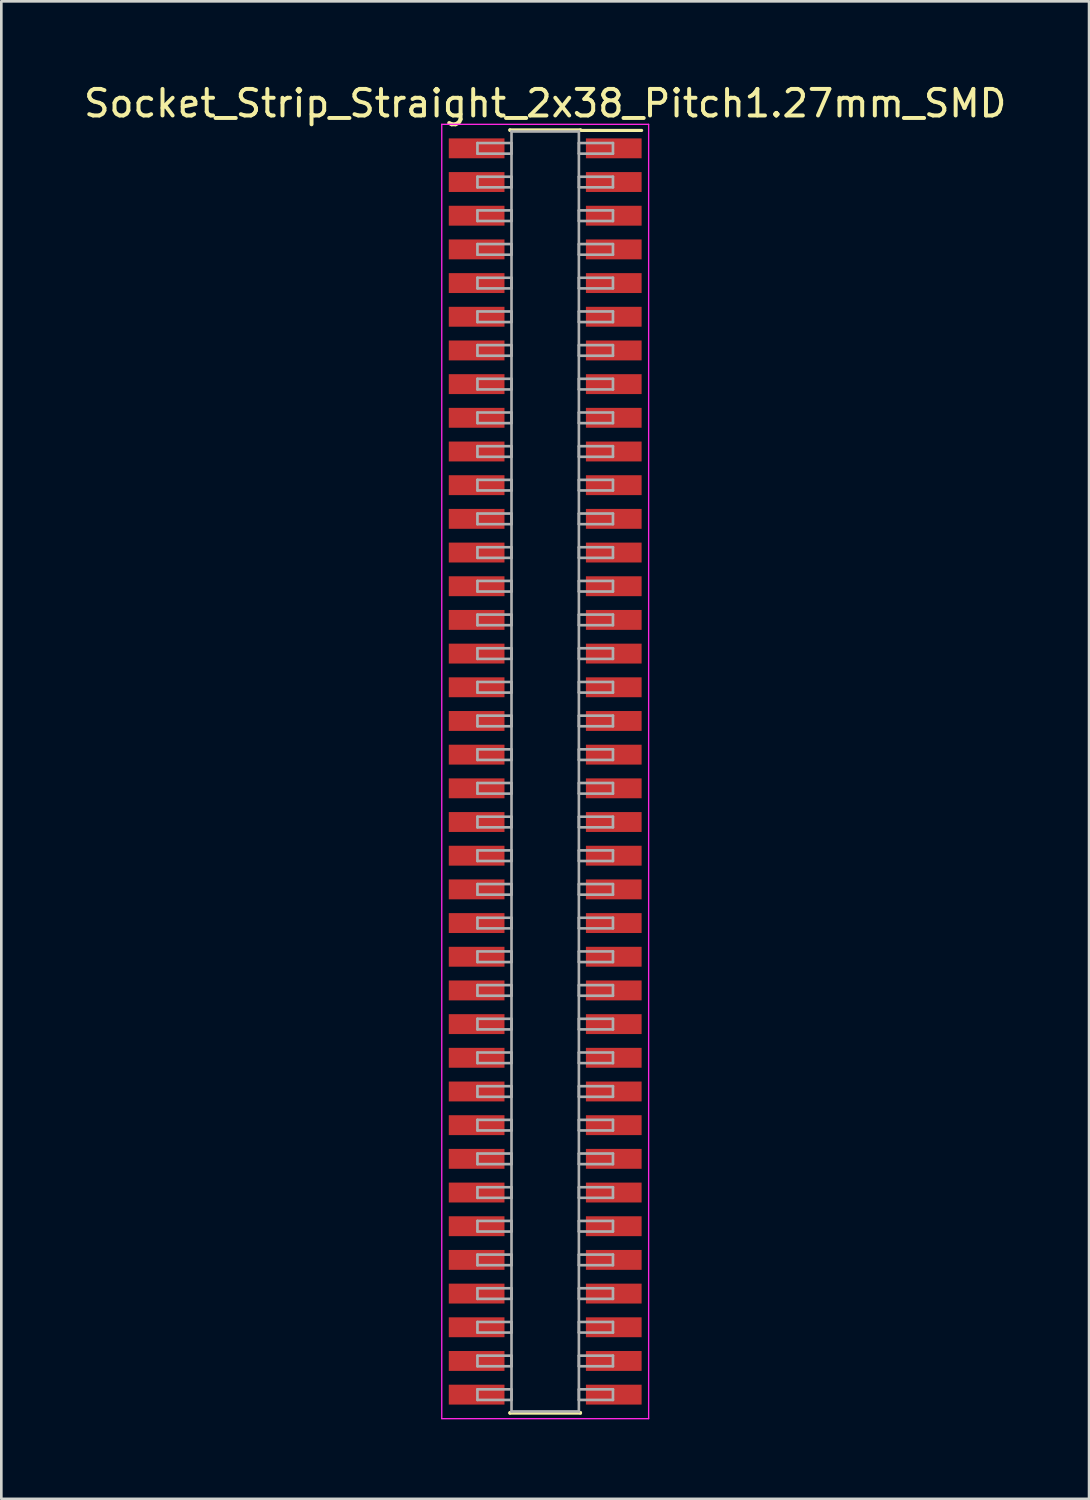
<source format=kicad_pcb>
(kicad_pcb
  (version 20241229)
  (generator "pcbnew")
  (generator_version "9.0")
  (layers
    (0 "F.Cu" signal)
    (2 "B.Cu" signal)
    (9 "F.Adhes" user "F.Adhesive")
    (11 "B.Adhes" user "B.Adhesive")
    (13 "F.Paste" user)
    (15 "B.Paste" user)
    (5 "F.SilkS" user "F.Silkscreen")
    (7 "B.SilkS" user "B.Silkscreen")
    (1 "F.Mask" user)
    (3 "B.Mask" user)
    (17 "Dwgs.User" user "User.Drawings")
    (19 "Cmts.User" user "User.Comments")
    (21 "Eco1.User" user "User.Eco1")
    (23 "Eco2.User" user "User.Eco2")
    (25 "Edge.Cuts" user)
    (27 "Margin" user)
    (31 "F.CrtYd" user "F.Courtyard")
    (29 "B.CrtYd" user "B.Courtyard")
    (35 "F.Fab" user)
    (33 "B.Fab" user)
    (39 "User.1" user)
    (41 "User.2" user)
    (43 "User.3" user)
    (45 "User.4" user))
  (footprint "Socket_Strip_Straight_2x38_Pitch1.27mm_SMD"
    (layer "F.Cu")
    (at 17.506 26.038)
    (property "Reference" "Socket_Strip_Straight_2x38_Pitch1.27mm_SMD" (at 0 -25.19 0) (layer "F.SilkS") (effects (font (size 1 1) (thickness 0.15))))
    (attr smd)
    (fp_line (start -1.33 -24.19) (end 1.33 -24.19) (stroke (width 0.12) (type solid)) (layer "F.SilkS"))
    (fp_line (start -1.33 -24.17) (end -1.33 -24.19) (stroke (width 0.12) (type solid)) (layer "F.SilkS"))
    (fp_line (start -1.33 24.17) (end -1.33 24.19) (stroke (width 0.12) (type solid)) (layer "F.SilkS"))
    (fp_line (start -1.33 24.19) (end 1.33 24.19) (stroke (width 0.12) (type solid)) (layer "F.SilkS"))
    (fp_line (start 1.33 -24.19) (end 1.33 -24.17) (stroke (width 0.12) (type solid)) (layer "F.SilkS"))
    (fp_line (start 1.33 24.19) (end 1.33 24.17) (stroke (width 0.12) (type solid)) (layer "F.SilkS"))
    (fp_line (start 3.635 -24.17) (end 1.33 -24.17) (stroke (width 0.12) (type solid)) (layer "F.SilkS"))
    (fp_line (start -3.9 -24.4) (end -3.9 24.4) (stroke (width 0.05) (type solid)) (layer "F.CrtYd"))
    (fp_line (start -3.9 24.4) (end 3.9 24.4) (stroke (width 0.05) (type solid)) (layer "F.CrtYd"))
    (fp_line (start 3.9 -24.4) (end -3.9 -24.4) (stroke (width 0.05) (type solid)) (layer "F.CrtYd"))
    (fp_line (start 3.9 24.4) (end 3.9 -24.4) (stroke (width 0.05) (type solid)) (layer "F.CrtYd"))
    (fp_line (start -2.555 -23.695) (end -1.27 -23.695) (stroke (width 0.1) (type solid)) (layer "F.Fab"))
    (fp_line (start -2.555 -23.295) (end -2.555 -23.695) (stroke (width 0.1) (type solid)) (layer "F.Fab"))
    (fp_line (start -2.555 -22.425) (end -1.27 -22.425) (stroke (width 0.1) (type solid)) (layer "F.Fab"))
    (fp_line (start -2.555 -22.025) (end -2.555 -22.425) (stroke (width 0.1) (type solid)) (layer "F.Fab"))
    (fp_line (start -2.555 -21.155) (end -1.27 -21.155) (stroke (width 0.1) (type solid)) (layer "F.Fab"))
    (fp_line (start -2.555 -20.755) (end -2.555 -21.155) (stroke (width 0.1) (type solid)) (layer "F.Fab"))
    (fp_line (start -2.555 -19.885) (end -1.27 -19.885) (stroke (width 0.1) (type solid)) (layer "F.Fab"))
    (fp_line (start -2.555 -19.485) (end -2.555 -19.885) (stroke (width 0.1) (type solid)) (layer "F.Fab"))
    (fp_line (start -2.555 -18.615) (end -1.27 -18.615) (stroke (width 0.1) (type solid)) (layer "F.Fab"))
    (fp_line (start -2.555 -18.215) (end -2.555 -18.615) (stroke (width 0.1) (type solid)) (layer "F.Fab"))
    (fp_line (start -2.555 -17.345) (end -1.27 -17.345) (stroke (width 0.1) (type solid)) (layer "F.Fab"))
    (fp_line (start -2.555 -16.945) (end -2.555 -17.345) (stroke (width 0.1) (type solid)) (layer "F.Fab"))
    (fp_line (start -2.555 -16.075) (end -1.27 -16.075) (stroke (width 0.1) (type solid)) (layer "F.Fab"))
    (fp_line (start -2.555 -15.675) (end -2.555 -16.075) (stroke (width 0.1) (type solid)) (layer "F.Fab"))
    (fp_line (start -2.555 -14.805) (end -1.27 -14.805) (stroke (width 0.1) (type solid)) (layer "F.Fab"))
    (fp_line (start -2.555 -14.405) (end -2.555 -14.805) (stroke (width 0.1) (type solid)) (layer "F.Fab"))
    (fp_line (start -2.555 -13.535) (end -1.27 -13.535) (stroke (width 0.1) (type solid)) (layer "F.Fab"))
    (fp_line (start -2.555 -13.135) (end -2.555 -13.535) (stroke (width 0.1) (type solid)) (layer "F.Fab"))
    (fp_line (start -2.555 -12.265) (end -1.27 -12.265) (stroke (width 0.1) (type solid)) (layer "F.Fab"))
    (fp_line (start -2.555 -11.865) (end -2.555 -12.265) (stroke (width 0.1) (type solid)) (layer "F.Fab"))
    (fp_line (start -2.555 -10.995) (end -1.27 -10.995) (stroke (width 0.1) (type solid)) (layer "F.Fab"))
    (fp_line (start -2.555 -10.595) (end -2.555 -10.995) (stroke (width 0.1) (type solid)) (layer "F.Fab"))
    (fp_line (start -2.555 -9.725) (end -1.27 -9.725) (stroke (width 0.1) (type solid)) (layer "F.Fab"))
    (fp_line (start -2.555 -9.325) (end -2.555 -9.725) (stroke (width 0.1) (type solid)) (layer "F.Fab"))
    (fp_line (start -2.555 -8.455) (end -1.27 -8.455) (stroke (width 0.1) (type solid)) (layer "F.Fab"))
    (fp_line (start -2.555 -8.055) (end -2.555 -8.455) (stroke (width 0.1) (type solid)) (layer "F.Fab"))
    (fp_line (start -2.555 -7.185) (end -1.27 -7.185) (stroke (width 0.1) (type solid)) (layer "F.Fab"))
    (fp_line (start -2.555 -6.785) (end -2.555 -7.185) (stroke (width 0.1) (type solid)) (layer "F.Fab"))
    (fp_line (start -2.555 -5.915) (end -1.27 -5.915) (stroke (width 0.1) (type solid)) (layer "F.Fab"))
    (fp_line (start -2.555 -5.515) (end -2.555 -5.915) (stroke (width 0.1) (type solid)) (layer "F.Fab"))
    (fp_line (start -2.555 -4.645) (end -1.27 -4.645) (stroke (width 0.1) (type solid)) (layer "F.Fab"))
    (fp_line (start -2.555 -4.245) (end -2.555 -4.645) (stroke (width 0.1) (type solid)) (layer "F.Fab"))
    (fp_line (start -2.555 -3.375) (end -1.27 -3.375) (stroke (width 0.1) (type solid)) (layer "F.Fab"))
    (fp_line (start -2.555 -2.975) (end -2.555 -3.375) (stroke (width 0.1) (type solid)) (layer "F.Fab"))
    (fp_line (start -2.555 -2.105) (end -1.27 -2.105) (stroke (width 0.1) (type solid)) (layer "F.Fab"))
    (fp_line (start -2.555 -1.705) (end -2.555 -2.105) (stroke (width 0.1) (type solid)) (layer "F.Fab"))
    (fp_line (start -2.555 -0.835) (end -1.27 -0.835) (stroke (width 0.1) (type solid)) (layer "F.Fab"))
    (fp_line (start -2.555 -0.435) (end -2.555 -0.835) (stroke (width 0.1) (type solid)) (layer "F.Fab"))
    (fp_line (start -2.555 0.435) (end -1.27 0.435) (stroke (width 0.1) (type solid)) (layer "F.Fab"))
    (fp_line (start -2.555 0.835) (end -2.555 0.435) (stroke (width 0.1) (type solid)) (layer "F.Fab"))
    (fp_line (start -2.555 1.705) (end -1.27 1.705) (stroke (width 0.1) (type solid)) (layer "F.Fab"))
    (fp_line (start -2.555 2.105) (end -2.555 1.705) (stroke (width 0.1) (type solid)) (layer "F.Fab"))
    (fp_line (start -2.555 2.975) (end -1.27 2.975) (stroke (width 0.1) (type solid)) (layer "F.Fab"))
    (fp_line (start -2.555 3.375) (end -2.555 2.975) (stroke (width 0.1) (type solid)) (layer "F.Fab"))
    (fp_line (start -2.555 4.245) (end -1.27 4.245) (stroke (width 0.1) (type solid)) (layer "F.Fab"))
    (fp_line (start -2.555 4.645) (end -2.555 4.245) (stroke (width 0.1) (type solid)) (layer "F.Fab"))
    (fp_line (start -2.555 5.515) (end -1.27 5.515) (stroke (width 0.1) (type solid)) (layer "F.Fab"))
    (fp_line (start -2.555 5.915) (end -2.555 5.515) (stroke (width 0.1) (type solid)) (layer "F.Fab"))
    (fp_line (start -2.555 6.785) (end -1.27 6.785) (stroke (width 0.1) (type solid)) (layer "F.Fab"))
    (fp_line (start -2.555 7.185) (end -2.555 6.785) (stroke (width 0.1) (type solid)) (layer "F.Fab"))
    (fp_line (start -2.555 8.055) (end -1.27 8.055) (stroke (width 0.1) (type solid)) (layer "F.Fab"))
    (fp_line (start -2.555 8.455) (end -2.555 8.055) (stroke (width 0.1) (type solid)) (layer "F.Fab"))
    (fp_line (start -2.555 9.325) (end -1.27 9.325) (stroke (width 0.1) (type solid)) (layer "F.Fab"))
    (fp_line (start -2.555 9.725) (end -2.555 9.325) (stroke (width 0.1) (type solid)) (layer "F.Fab"))
    (fp_line (start -2.555 10.595) (end -1.27 10.595) (stroke (width 0.1) (type solid)) (layer "F.Fab"))
    (fp_line (start -2.555 10.995) (end -2.555 10.595) (stroke (width 0.1) (type solid)) (layer "F.Fab"))
    (fp_line (start -2.555 11.865) (end -1.27 11.865) (stroke (width 0.1) (type solid)) (layer "F.Fab"))
    (fp_line (start -2.555 12.265) (end -2.555 11.865) (stroke (width 0.1) (type solid)) (layer "F.Fab"))
    (fp_line (start -2.555 13.135) (end -1.27 13.135) (stroke (width 0.1) (type solid)) (layer "F.Fab"))
    (fp_line (start -2.555 13.535) (end -2.555 13.135) (stroke (width 0.1) (type solid)) (layer "F.Fab"))
    (fp_line (start -2.555 14.405) (end -1.27 14.405) (stroke (width 0.1) (type solid)) (layer "F.Fab"))
    (fp_line (start -2.555 14.805) (end -2.555 14.405) (stroke (width 0.1) (type solid)) (layer "F.Fab"))
    (fp_line (start -2.555 15.675) (end -1.27 15.675) (stroke (width 0.1) (type solid)) (layer "F.Fab"))
    (fp_line (start -2.555 16.075) (end -2.555 15.675) (stroke (width 0.1) (type solid)) (layer "F.Fab"))
    (fp_line (start -2.555 16.945) (end -1.27 16.945) (stroke (width 0.1) (type solid)) (layer "F.Fab"))
    (fp_line (start -2.555 17.345) (end -2.555 16.945) (stroke (width 0.1) (type solid)) (layer "F.Fab"))
    (fp_line (start -2.555 18.215) (end -1.27 18.215) (stroke (width 0.1) (type solid)) (layer "F.Fab"))
    (fp_line (start -2.555 18.615) (end -2.555 18.215) (stroke (width 0.1) (type solid)) (layer "F.Fab"))
    (fp_line (start -2.555 19.485) (end -1.27 19.485) (stroke (width 0.1) (type solid)) (layer "F.Fab"))
    (fp_line (start -2.555 19.885) (end -2.555 19.485) (stroke (width 0.1) (type solid)) (layer "F.Fab"))
    (fp_line (start -2.555 20.755) (end -1.27 20.755) (stroke (width 0.1) (type solid)) (layer "F.Fab"))
    (fp_line (start -2.555 21.155) (end -2.555 20.755) (stroke (width 0.1) (type solid)) (layer "F.Fab"))
    (fp_line (start -2.555 22.025) (end -1.27 22.025) (stroke (width 0.1) (type solid)) (layer "F.Fab"))
    (fp_line (start -2.555 22.425) (end -2.555 22.025) (stroke (width 0.1) (type solid)) (layer "F.Fab"))
    (fp_line (start -2.555 23.295) (end -1.27 23.295) (stroke (width 0.1) (type solid)) (layer "F.Fab"))
    (fp_line (start -2.555 23.695) (end -2.555 23.295) (stroke (width 0.1) (type solid)) (layer "F.Fab"))
    (fp_line (start -1.27 -24.13) (end -1.27 24.13) (stroke (width 0.1) (type solid)) (layer "F.Fab"))
    (fp_line (start -1.27 -23.695) (end -1.27 -23.295) (stroke (width 0.1) (type solid)) (layer "F.Fab"))
    (fp_line (start -1.27 -23.295) (end -2.555 -23.295) (stroke (width 0.1) (type solid)) (layer "F.Fab"))
    (fp_line (start -1.27 -22.425) (end -1.27 -22.025) (stroke (width 0.1) (type solid)) (layer "F.Fab"))
    (fp_line (start -1.27 -22.025) (end -2.555 -22.025) (stroke (width 0.1) (type solid)) (layer "F.Fab"))
    (fp_line (start -1.27 -21.155) (end -1.27 -20.755) (stroke (width 0.1) (type solid)) (layer "F.Fab"))
    (fp_line (start -1.27 -20.755) (end -2.555 -20.755) (stroke (width 0.1) (type solid)) (layer "F.Fab"))
    (fp_line (start -1.27 -19.885) (end -1.27 -19.485) (stroke (width 0.1) (type solid)) (layer "F.Fab"))
    (fp_line (start -1.27 -19.485) (end -2.555 -19.485) (stroke (width 0.1) (type solid)) (layer "F.Fab"))
    (fp_line (start -1.27 -18.615) (end -1.27 -18.215) (stroke (width 0.1) (type solid)) (layer "F.Fab"))
    (fp_line (start -1.27 -18.215) (end -2.555 -18.215) (stroke (width 0.1) (type solid)) (layer "F.Fab"))
    (fp_line (start -1.27 -17.345) (end -1.27 -16.945) (stroke (width 0.1) (type solid)) (layer "F.Fab"))
    (fp_line (start -1.27 -16.945) (end -2.555 -16.945) (stroke (width 0.1) (type solid)) (layer "F.Fab"))
    (fp_line (start -1.27 -16.075) (end -1.27 -15.675) (stroke (width 0.1) (type solid)) (layer "F.Fab"))
    (fp_line (start -1.27 -15.675) (end -2.555 -15.675) (stroke (width 0.1) (type solid)) (layer "F.Fab"))
    (fp_line (start -1.27 -14.805) (end -1.27 -14.405) (stroke (width 0.1) (type solid)) (layer "F.Fab"))
    (fp_line (start -1.27 -14.405) (end -2.555 -14.405) (stroke (width 0.1) (type solid)) (layer "F.Fab"))
    (fp_line (start -1.27 -13.535) (end -1.27 -13.135) (stroke (width 0.1) (type solid)) (layer "F.Fab"))
    (fp_line (start -1.27 -13.135) (end -2.555 -13.135) (stroke (width 0.1) (type solid)) (layer "F.Fab"))
    (fp_line (start -1.27 -12.265) (end -1.27 -11.865) (stroke (width 0.1) (type solid)) (layer "F.Fab"))
    (fp_line (start -1.27 -11.865) (end -2.555 -11.865) (stroke (width 0.1) (type solid)) (layer "F.Fab"))
    (fp_line (start -1.27 -10.995) (end -1.27 -10.595) (stroke (width 0.1) (type solid)) (layer "F.Fab"))
    (fp_line (start -1.27 -10.595) (end -2.555 -10.595) (stroke (width 0.1) (type solid)) (layer "F.Fab"))
    (fp_line (start -1.27 -9.725) (end -1.27 -9.325) (stroke (width 0.1) (type solid)) (layer "F.Fab"))
    (fp_line (start -1.27 -9.325) (end -2.555 -9.325) (stroke (width 0.1) (type solid)) (layer "F.Fab"))
    (fp_line (start -1.27 -8.455) (end -1.27 -8.055) (stroke (width 0.1) (type solid)) (layer "F.Fab"))
    (fp_line (start -1.27 -8.055) (end -2.555 -8.055) (stroke (width 0.1) (type solid)) (layer "F.Fab"))
    (fp_line (start -1.27 -7.185) (end -1.27 -6.785) (stroke (width 0.1) (type solid)) (layer "F.Fab"))
    (fp_line (start -1.27 -6.785) (end -2.555 -6.785) (stroke (width 0.1) (type solid)) (layer "F.Fab"))
    (fp_line (start -1.27 -5.915) (end -1.27 -5.515) (stroke (width 0.1) (type solid)) (layer "F.Fab"))
    (fp_line (start -1.27 -5.515) (end -2.555 -5.515) (stroke (width 0.1) (type solid)) (layer "F.Fab"))
    (fp_line (start -1.27 -4.645) (end -1.27 -4.245) (stroke (width 0.1) (type solid)) (layer "F.Fab"))
    (fp_line (start -1.27 -4.245) (end -2.555 -4.245) (stroke (width 0.1) (type solid)) (layer "F.Fab"))
    (fp_line (start -1.27 -3.375) (end -1.27 -2.975) (stroke (width 0.1) (type solid)) (layer "F.Fab"))
    (fp_line (start -1.27 -2.975) (end -2.555 -2.975) (stroke (width 0.1) (type solid)) (layer "F.Fab"))
    (fp_line (start -1.27 -2.105) (end -1.27 -1.705) (stroke (width 0.1) (type solid)) (layer "F.Fab"))
    (fp_line (start -1.27 -1.705) (end -2.555 -1.705) (stroke (width 0.1) (type solid)) (layer "F.Fab"))
    (fp_line (start -1.27 -0.835) (end -1.27 -0.435) (stroke (width 0.1) (type solid)) (layer "F.Fab"))
    (fp_line (start -1.27 -0.435) (end -2.555 -0.435) (stroke (width 0.1) (type solid)) (layer "F.Fab"))
    (fp_line (start -1.27 0.435) (end -1.27 0.835) (stroke (width 0.1) (type solid)) (layer "F.Fab"))
    (fp_line (start -1.27 0.835) (end -2.555 0.835) (stroke (width 0.1) (type solid)) (layer "F.Fab"))
    (fp_line (start -1.27 1.705) (end -1.27 2.105) (stroke (width 0.1) (type solid)) (layer "F.Fab"))
    (fp_line (start -1.27 2.105) (end -2.555 2.105) (stroke (width 0.1) (type solid)) (layer "F.Fab"))
    (fp_line (start -1.27 2.975) (end -1.27 3.375) (stroke (width 0.1) (type solid)) (layer "F.Fab"))
    (fp_line (start -1.27 3.375) (end -2.555 3.375) (stroke (width 0.1) (type solid)) (layer "F.Fab"))
    (fp_line (start -1.27 4.245) (end -1.27 4.645) (stroke (width 0.1) (type solid)) (layer "F.Fab"))
    (fp_line (start -1.27 4.645) (end -2.555 4.645) (stroke (width 0.1) (type solid)) (layer "F.Fab"))
    (fp_line (start -1.27 5.515) (end -1.27 5.915) (stroke (width 0.1) (type solid)) (layer "F.Fab"))
    (fp_line (start -1.27 5.915) (end -2.555 5.915) (stroke (width 0.1) (type solid)) (layer "F.Fab"))
    (fp_line (start -1.27 6.785) (end -1.27 7.185) (stroke (width 0.1) (type solid)) (layer "F.Fab"))
    (fp_line (start -1.27 7.185) (end -2.555 7.185) (stroke (width 0.1) (type solid)) (layer "F.Fab"))
    (fp_line (start -1.27 8.055) (end -1.27 8.455) (stroke (width 0.1) (type solid)) (layer "F.Fab"))
    (fp_line (start -1.27 8.455) (end -2.555 8.455) (stroke (width 0.1) (type solid)) (layer "F.Fab"))
    (fp_line (start -1.27 9.325) (end -1.27 9.725) (stroke (width 0.1) (type solid)) (layer "F.Fab"))
    (fp_line (start -1.27 9.725) (end -2.555 9.725) (stroke (width 0.1) (type solid)) (layer "F.Fab"))
    (fp_line (start -1.27 10.595) (end -1.27 10.995) (stroke (width 0.1) (type solid)) (layer "F.Fab"))
    (fp_line (start -1.27 10.995) (end -2.555 10.995) (stroke (width 0.1) (type solid)) (layer "F.Fab"))
    (fp_line (start -1.27 11.865) (end -1.27 12.265) (stroke (width 0.1) (type solid)) (layer "F.Fab"))
    (fp_line (start -1.27 12.265) (end -2.555 12.265) (stroke (width 0.1) (type solid)) (layer "F.Fab"))
    (fp_line (start -1.27 13.135) (end -1.27 13.535) (stroke (width 0.1) (type solid)) (layer "F.Fab"))
    (fp_line (start -1.27 13.535) (end -2.555 13.535) (stroke (width 0.1) (type solid)) (layer "F.Fab"))
    (fp_line (start -1.27 14.405) (end -1.27 14.805) (stroke (width 0.1) (type solid)) (layer "F.Fab"))
    (fp_line (start -1.27 14.805) (end -2.555 14.805) (stroke (width 0.1) (type solid)) (layer "F.Fab"))
    (fp_line (start -1.27 15.675) (end -1.27 16.075) (stroke (width 0.1) (type solid)) (layer "F.Fab"))
    (fp_line (start -1.27 16.075) (end -2.555 16.075) (stroke (width 0.1) (type solid)) (layer "F.Fab"))
    (fp_line (start -1.27 16.945) (end -1.27 17.345) (stroke (width 0.1) (type solid)) (layer "F.Fab"))
    (fp_line (start -1.27 17.345) (end -2.555 17.345) (stroke (width 0.1) (type solid)) (layer "F.Fab"))
    (fp_line (start -1.27 18.215) (end -1.27 18.615) (stroke (width 0.1) (type solid)) (layer "F.Fab"))
    (fp_line (start -1.27 18.615) (end -2.555 18.615) (stroke (width 0.1) (type solid)) (layer "F.Fab"))
    (fp_line (start -1.27 19.485) (end -1.27 19.885) (stroke (width 0.1) (type solid)) (layer "F.Fab"))
    (fp_line (start -1.27 19.885) (end -2.555 19.885) (stroke (width 0.1) (type solid)) (layer "F.Fab"))
    (fp_line (start -1.27 20.755) (end -1.27 21.155) (stroke (width 0.1) (type solid)) (layer "F.Fab"))
    (fp_line (start -1.27 21.155) (end -2.555 21.155) (stroke (width 0.1) (type solid)) (layer "F.Fab"))
    (fp_line (start -1.27 22.025) (end -1.27 22.425) (stroke (width 0.1) (type solid)) (layer "F.Fab"))
    (fp_line (start -1.27 22.425) (end -2.555 22.425) (stroke (width 0.1) (type solid)) (layer "F.Fab"))
    (fp_line (start -1.27 23.295) (end -1.27 23.695) (stroke (width 0.1) (type solid)) (layer "F.Fab"))
    (fp_line (start -1.27 23.695) (end -2.555 23.695) (stroke (width 0.1) (type solid)) (layer "F.Fab"))
    (fp_line (start -1.27 24.13) (end 1.27 24.13) (stroke (width 0.1) (type solid)) (layer "F.Fab"))
    (fp_line (start 1.27 -24.13) (end -1.27 -24.13) (stroke (width 0.1) (type solid)) (layer "F.Fab"))
    (fp_line (start 1.27 -23.695) (end 1.27 -23.295) (stroke (width 0.1) (type solid)) (layer "F.Fab"))
    (fp_line (start 1.27 -23.295) (end 2.555 -23.295) (stroke (width 0.1) (type solid)) (layer "F.Fab"))
    (fp_line (start 1.27 -22.425) (end 1.27 -22.025) (stroke (width 0.1) (type solid)) (layer "F.Fab"))
    (fp_line (start 1.27 -22.025) (end 2.555 -22.025) (stroke (width 0.1) (type solid)) (layer "F.Fab"))
    (fp_line (start 1.27 -21.155) (end 1.27 -20.755) (stroke (width 0.1) (type solid)) (layer "F.Fab"))
    (fp_line (start 1.27 -20.755) (end 2.555 -20.755) (stroke (width 0.1) (type solid)) (layer "F.Fab"))
    (fp_line (start 1.27 -19.885) (end 1.27 -19.485) (stroke (width 0.1) (type solid)) (layer "F.Fab"))
    (fp_line (start 1.27 -19.485) (end 2.555 -19.485) (stroke (width 0.1) (type solid)) (layer "F.Fab"))
    (fp_line (start 1.27 -18.615) (end 1.27 -18.215) (stroke (width 0.1) (type solid)) (layer "F.Fab"))
    (fp_line (start 1.27 -18.215) (end 2.555 -18.215) (stroke (width 0.1) (type solid)) (layer "F.Fab"))
    (fp_line (start 1.27 -17.345) (end 1.27 -16.945) (stroke (width 0.1) (type solid)) (layer "F.Fab"))
    (fp_line (start 1.27 -16.945) (end 2.555 -16.945) (stroke (width 0.1) (type solid)) (layer "F.Fab"))
    (fp_line (start 1.27 -16.075) (end 1.27 -15.675) (stroke (width 0.1) (type solid)) (layer "F.Fab"))
    (fp_line (start 1.27 -15.675) (end 2.555 -15.675) (stroke (width 0.1) (type solid)) (layer "F.Fab"))
    (fp_line (start 1.27 -14.805) (end 1.27 -14.405) (stroke (width 0.1) (type solid)) (layer "F.Fab"))
    (fp_line (start 1.27 -14.405) (end 2.555 -14.405) (stroke (width 0.1) (type solid)) (layer "F.Fab"))
    (fp_line (start 1.27 -13.535) (end 1.27 -13.135) (stroke (width 0.1) (type solid)) (layer "F.Fab"))
    (fp_line (start 1.27 -13.135) (end 2.555 -13.135) (stroke (width 0.1) (type solid)) (layer "F.Fab"))
    (fp_line (start 1.27 -12.265) (end 1.27 -11.865) (stroke (width 0.1) (type solid)) (layer "F.Fab"))
    (fp_line (start 1.27 -11.865) (end 2.555 -11.865) (stroke (width 0.1) (type solid)) (layer "F.Fab"))
    (fp_line (start 1.27 -10.995) (end 1.27 -10.595) (stroke (width 0.1) (type solid)) (layer "F.Fab"))
    (fp_line (start 1.27 -10.595) (end 2.555 -10.595) (stroke (width 0.1) (type solid)) (layer "F.Fab"))
    (fp_line (start 1.27 -9.725) (end 1.27 -9.325) (stroke (width 0.1) (type solid)) (layer "F.Fab"))
    (fp_line (start 1.27 -9.325) (end 2.555 -9.325) (stroke (width 0.1) (type solid)) (layer "F.Fab"))
    (fp_line (start 1.27 -8.455) (end 1.27 -8.055) (stroke (width 0.1) (type solid)) (layer "F.Fab"))
    (fp_line (start 1.27 -8.055) (end 2.555 -8.055) (stroke (width 0.1) (type solid)) (layer "F.Fab"))
    (fp_line (start 1.27 -7.185) (end 1.27 -6.785) (stroke (width 0.1) (type solid)) (layer "F.Fab"))
    (fp_line (start 1.27 -6.785) (end 2.555 -6.785) (stroke (width 0.1) (type solid)) (layer "F.Fab"))
    (fp_line (start 1.27 -5.915) (end 1.27 -5.515) (stroke (width 0.1) (type solid)) (layer "F.Fab"))
    (fp_line (start 1.27 -5.515) (end 2.555 -5.515) (stroke (width 0.1) (type solid)) (layer "F.Fab"))
    (fp_line (start 1.27 -4.645) (end 1.27 -4.245) (stroke (width 0.1) (type solid)) (layer "F.Fab"))
    (fp_line (start 1.27 -4.245) (end 2.555 -4.245) (stroke (width 0.1) (type solid)) (layer "F.Fab"))
    (fp_line (start 1.27 -3.375) (end 1.27 -2.975) (stroke (width 0.1) (type solid)) (layer "F.Fab"))
    (fp_line (start 1.27 -2.975) (end 2.555 -2.975) (stroke (width 0.1) (type solid)) (layer "F.Fab"))
    (fp_line (start 1.27 -2.105) (end 1.27 -1.705) (stroke (width 0.1) (type solid)) (layer "F.Fab"))
    (fp_line (start 1.27 -1.705) (end 2.555 -1.705) (stroke (width 0.1) (type solid)) (layer "F.Fab"))
    (fp_line (start 1.27 -0.835) (end 1.27 -0.435) (stroke (width 0.1) (type solid)) (layer "F.Fab"))
    (fp_line (start 1.27 -0.435) (end 2.555 -0.435) (stroke (width 0.1) (type solid)) (layer "F.Fab"))
    (fp_line (start 1.27 0.435) (end 1.27 0.835) (stroke (width 0.1) (type solid)) (layer "F.Fab"))
    (fp_line (start 1.27 0.835) (end 2.555 0.835) (stroke (width 0.1) (type solid)) (layer "F.Fab"))
    (fp_line (start 1.27 1.705) (end 1.27 2.105) (stroke (width 0.1) (type solid)) (layer "F.Fab"))
    (fp_line (start 1.27 2.105) (end 2.555 2.105) (stroke (width 0.1) (type solid)) (layer "F.Fab"))
    (fp_line (start 1.27 2.975) (end 1.27 3.375) (stroke (width 0.1) (type solid)) (layer "F.Fab"))
    (fp_line (start 1.27 3.375) (end 2.555 3.375) (stroke (width 0.1) (type solid)) (layer "F.Fab"))
    (fp_line (start 1.27 4.245) (end 1.27 4.645) (stroke (width 0.1) (type solid)) (layer "F.Fab"))
    (fp_line (start 1.27 4.645) (end 2.555 4.645) (stroke (width 0.1) (type solid)) (layer "F.Fab"))
    (fp_line (start 1.27 5.515) (end 1.27 5.915) (stroke (width 0.1) (type solid)) (layer "F.Fab"))
    (fp_line (start 1.27 5.915) (end 2.555 5.915) (stroke (width 0.1) (type solid)) (layer "F.Fab"))
    (fp_line (start 1.27 6.785) (end 1.27 7.185) (stroke (width 0.1) (type solid)) (layer "F.Fab"))
    (fp_line (start 1.27 7.185) (end 2.555 7.185) (stroke (width 0.1) (type solid)) (layer "F.Fab"))
    (fp_line (start 1.27 8.055) (end 1.27 8.455) (stroke (width 0.1) (type solid)) (layer "F.Fab"))
    (fp_line (start 1.27 8.455) (end 2.555 8.455) (stroke (width 0.1) (type solid)) (layer "F.Fab"))
    (fp_line (start 1.27 9.325) (end 1.27 9.725) (stroke (width 0.1) (type solid)) (layer "F.Fab"))
    (fp_line (start 1.27 9.725) (end 2.555 9.725) (stroke (width 0.1) (type solid)) (layer "F.Fab"))
    (fp_line (start 1.27 10.595) (end 1.27 10.995) (stroke (width 0.1) (type solid)) (layer "F.Fab"))
    (fp_line (start 1.27 10.995) (end 2.555 10.995) (stroke (width 0.1) (type solid)) (layer "F.Fab"))
    (fp_line (start 1.27 11.865) (end 1.27 12.265) (stroke (width 0.1) (type solid)) (layer "F.Fab"))
    (fp_line (start 1.27 12.265) (end 2.555 12.265) (stroke (width 0.1) (type solid)) (layer "F.Fab"))
    (fp_line (start 1.27 13.135) (end 1.27 13.535) (stroke (width 0.1) (type solid)) (layer "F.Fab"))
    (fp_line (start 1.27 13.535) (end 2.555 13.535) (stroke (width 0.1) (type solid)) (layer "F.Fab"))
    (fp_line (start 1.27 14.405) (end 1.27 14.805) (stroke (width 0.1) (type solid)) (layer "F.Fab"))
    (fp_line (start 1.27 14.805) (end 2.555 14.805) (stroke (width 0.1) (type solid)) (layer "F.Fab"))
    (fp_line (start 1.27 15.675) (end 1.27 16.075) (stroke (width 0.1) (type solid)) (layer "F.Fab"))
    (fp_line (start 1.27 16.075) (end 2.555 16.075) (stroke (width 0.1) (type solid)) (layer "F.Fab"))
    (fp_line (start 1.27 16.945) (end 1.27 17.345) (stroke (width 0.1) (type solid)) (layer "F.Fab"))
    (fp_line (start 1.27 17.345) (end 2.555 17.345) (stroke (width 0.1) (type solid)) (layer "F.Fab"))
    (fp_line (start 1.27 18.215) (end 1.27 18.615) (stroke (width 0.1) (type solid)) (layer "F.Fab"))
    (fp_line (start 1.27 18.615) (end 2.555 18.615) (stroke (width 0.1) (type solid)) (layer "F.Fab"))
    (fp_line (start 1.27 19.485) (end 1.27 19.885) (stroke (width 0.1) (type solid)) (layer "F.Fab"))
    (fp_line (start 1.27 19.885) (end 2.555 19.885) (stroke (width 0.1) (type solid)) (layer "F.Fab"))
    (fp_line (start 1.27 20.755) (end 1.27 21.155) (stroke (width 0.1) (type solid)) (layer "F.Fab"))
    (fp_line (start 1.27 21.155) (end 2.555 21.155) (stroke (width 0.1) (type solid)) (layer "F.Fab"))
    (fp_line (start 1.27 22.025) (end 1.27 22.425) (stroke (width 0.1) (type solid)) (layer "F.Fab"))
    (fp_line (start 1.27 22.425) (end 2.555 22.425) (stroke (width 0.1) (type solid)) (layer "F.Fab"))
    (fp_line (start 1.27 23.295) (end 1.27 23.695) (stroke (width 0.1) (type solid)) (layer "F.Fab"))
    (fp_line (start 1.27 23.695) (end 2.555 23.695) (stroke (width 0.1) (type solid)) (layer "F.Fab"))
    (fp_line (start 1.27 24.13) (end 1.27 -24.13) (stroke (width 0.1) (type solid)) (layer "F.Fab"))
    (fp_line (start 2.555 -23.695) (end 1.27 -23.695) (stroke (width 0.1) (type solid)) (layer "F.Fab"))
    (fp_line (start 2.555 -23.295) (end 2.555 -23.695) (stroke (width 0.1) (type solid)) (layer "F.Fab"))
    (fp_line (start 2.555 -22.425) (end 1.27 -22.425) (stroke (width 0.1) (type solid)) (layer "F.Fab"))
    (fp_line (start 2.555 -22.025) (end 2.555 -22.425) (stroke (width 0.1) (type solid)) (layer "F.Fab"))
    (fp_line (start 2.555 -21.155) (end 1.27 -21.155) (stroke (width 0.1) (type solid)) (layer "F.Fab"))
    (fp_line (start 2.555 -20.755) (end 2.555 -21.155) (stroke (width 0.1) (type solid)) (layer "F.Fab"))
    (fp_line (start 2.555 -19.885) (end 1.27 -19.885) (stroke (width 0.1) (type solid)) (layer "F.Fab"))
    (fp_line (start 2.555 -19.485) (end 2.555 -19.885) (stroke (width 0.1) (type solid)) (layer "F.Fab"))
    (fp_line (start 2.555 -18.615) (end 1.27 -18.615) (stroke (width 0.1) (type solid)) (layer "F.Fab"))
    (fp_line (start 2.555 -18.215) (end 2.555 -18.615) (stroke (width 0.1) (type solid)) (layer "F.Fab"))
    (fp_line (start 2.555 -17.345) (end 1.27 -17.345) (stroke (width 0.1) (type solid)) (layer "F.Fab"))
    (fp_line (start 2.555 -16.945) (end 2.555 -17.345) (stroke (width 0.1) (type solid)) (layer "F.Fab"))
    (fp_line (start 2.555 -16.075) (end 1.27 -16.075) (stroke (width 0.1) (type solid)) (layer "F.Fab"))
    (fp_line (start 2.555 -15.675) (end 2.555 -16.075) (stroke (width 0.1) (type solid)) (layer "F.Fab"))
    (fp_line (start 2.555 -14.805) (end 1.27 -14.805) (stroke (width 0.1) (type solid)) (layer "F.Fab"))
    (fp_line (start 2.555 -14.405) (end 2.555 -14.805) (stroke (width 0.1) (type solid)) (layer "F.Fab"))
    (fp_line (start 2.555 -13.535) (end 1.27 -13.535) (stroke (width 0.1) (type solid)) (layer "F.Fab"))
    (fp_line (start 2.555 -13.135) (end 2.555 -13.535) (stroke (width 0.1) (type solid)) (layer "F.Fab"))
    (fp_line (start 2.555 -12.265) (end 1.27 -12.265) (stroke (width 0.1) (type solid)) (layer "F.Fab"))
    (fp_line (start 2.555 -11.865) (end 2.555 -12.265) (stroke (width 0.1) (type solid)) (layer "F.Fab"))
    (fp_line (start 2.555 -10.995) (end 1.27 -10.995) (stroke (width 0.1) (type solid)) (layer "F.Fab"))
    (fp_line (start 2.555 -10.595) (end 2.555 -10.995) (stroke (width 0.1) (type solid)) (layer "F.Fab"))
    (fp_line (start 2.555 -9.725) (end 1.27 -9.725) (stroke (width 0.1) (type solid)) (layer "F.Fab"))
    (fp_line (start 2.555 -9.325) (end 2.555 -9.725) (stroke (width 0.1) (type solid)) (layer "F.Fab"))
    (fp_line (start 2.555 -8.455) (end 1.27 -8.455) (stroke (width 0.1) (type solid)) (layer "F.Fab"))
    (fp_line (start 2.555 -8.055) (end 2.555 -8.455) (stroke (width 0.1) (type solid)) (layer "F.Fab"))
    (fp_line (start 2.555 -7.185) (end 1.27 -7.185) (stroke (width 0.1) (type solid)) (layer "F.Fab"))
    (fp_line (start 2.555 -6.785) (end 2.555 -7.185) (stroke (width 0.1) (type solid)) (layer "F.Fab"))
    (fp_line (start 2.555 -5.915) (end 1.27 -5.915) (stroke (width 0.1) (type solid)) (layer "F.Fab"))
    (fp_line (start 2.555 -5.515) (end 2.555 -5.915) (stroke (width 0.1) (type solid)) (layer "F.Fab"))
    (fp_line (start 2.555 -4.645) (end 1.27 -4.645) (stroke (width 0.1) (type solid)) (layer "F.Fab"))
    (fp_line (start 2.555 -4.245) (end 2.555 -4.645) (stroke (width 0.1) (type solid)) (layer "F.Fab"))
    (fp_line (start 2.555 -3.375) (end 1.27 -3.375) (stroke (width 0.1) (type solid)) (layer "F.Fab"))
    (fp_line (start 2.555 -2.975) (end 2.555 -3.375) (stroke (width 0.1) (type solid)) (layer "F.Fab"))
    (fp_line (start 2.555 -2.105) (end 1.27 -2.105) (stroke (width 0.1) (type solid)) (layer "F.Fab"))
    (fp_line (start 2.555 -1.705) (end 2.555 -2.105) (stroke (width 0.1) (type solid)) (layer "F.Fab"))
    (fp_line (start 2.555 -0.835) (end 1.27 -0.835) (stroke (width 0.1) (type solid)) (layer "F.Fab"))
    (fp_line (start 2.555 -0.435) (end 2.555 -0.835) (stroke (width 0.1) (type solid)) (layer "F.Fab"))
    (fp_line (start 2.555 0.435) (end 1.27 0.435) (stroke (width 0.1) (type solid)) (layer "F.Fab"))
    (fp_line (start 2.555 0.835) (end 2.555 0.435) (stroke (width 0.1) (type solid)) (layer "F.Fab"))
    (fp_line (start 2.555 1.705) (end 1.27 1.705) (stroke (width 0.1) (type solid)) (layer "F.Fab"))
    (fp_line (start 2.555 2.105) (end 2.555 1.705) (stroke (width 0.1) (type solid)) (layer "F.Fab"))
    (fp_line (start 2.555 2.975) (end 1.27 2.975) (stroke (width 0.1) (type solid)) (layer "F.Fab"))
    (fp_line (start 2.555 3.375) (end 2.555 2.975) (stroke (width 0.1) (type solid)) (layer "F.Fab"))
    (fp_line (start 2.555 4.245) (end 1.27 4.245) (stroke (width 0.1) (type solid)) (layer "F.Fab"))
    (fp_line (start 2.555 4.645) (end 2.555 4.245) (stroke (width 0.1) (type solid)) (layer "F.Fab"))
    (fp_line (start 2.555 5.515) (end 1.27 5.515) (stroke (width 0.1) (type solid)) (layer "F.Fab"))
    (fp_line (start 2.555 5.915) (end 2.555 5.515) (stroke (width 0.1) (type solid)) (layer "F.Fab"))
    (fp_line (start 2.555 6.785) (end 1.27 6.785) (stroke (width 0.1) (type solid)) (layer "F.Fab"))
    (fp_line (start 2.555 7.185) (end 2.555 6.785) (stroke (width 0.1) (type solid)) (layer "F.Fab"))
    (fp_line (start 2.555 8.055) (end 1.27 8.055) (stroke (width 0.1) (type solid)) (layer "F.Fab"))
    (fp_line (start 2.555 8.455) (end 2.555 8.055) (stroke (width 0.1) (type solid)) (layer "F.Fab"))
    (fp_line (start 2.555 9.325) (end 1.27 9.325) (stroke (width 0.1) (type solid)) (layer "F.Fab"))
    (fp_line (start 2.555 9.725) (end 2.555 9.325) (stroke (width 0.1) (type solid)) (layer "F.Fab"))
    (fp_line (start 2.555 10.595) (end 1.27 10.595) (stroke (width 0.1) (type solid)) (layer "F.Fab"))
    (fp_line (start 2.555 10.995) (end 2.555 10.595) (stroke (width 0.1) (type solid)) (layer "F.Fab"))
    (fp_line (start 2.555 11.865) (end 1.27 11.865) (stroke (width 0.1) (type solid)) (layer "F.Fab"))
    (fp_line (start 2.555 12.265) (end 2.555 11.865) (stroke (width 0.1) (type solid)) (layer "F.Fab"))
    (fp_line (start 2.555 13.135) (end 1.27 13.135) (stroke (width 0.1) (type solid)) (layer "F.Fab"))
    (fp_line (start 2.555 13.535) (end 2.555 13.135) (stroke (width 0.1) (type solid)) (layer "F.Fab"))
    (fp_line (start 2.555 14.405) (end 1.27 14.405) (stroke (width 0.1) (type solid)) (layer "F.Fab"))
    (fp_line (start 2.555 14.805) (end 2.555 14.405) (stroke (width 0.1) (type solid)) (layer "F.Fab"))
    (fp_line (start 2.555 15.675) (end 1.27 15.675) (stroke (width 0.1) (type solid)) (layer "F.Fab"))
    (fp_line (start 2.555 16.075) (end 2.555 15.675) (stroke (width 0.1) (type solid)) (layer "F.Fab"))
    (fp_line (start 2.555 16.945) (end 1.27 16.945) (stroke (width 0.1) (type solid)) (layer "F.Fab"))
    (fp_line (start 2.555 17.345) (end 2.555 16.945) (stroke (width 0.1) (type solid)) (layer "F.Fab"))
    (fp_line (start 2.555 18.215) (end 1.27 18.215) (stroke (width 0.1) (type solid)) (layer "F.Fab"))
    (fp_line (start 2.555 18.615) (end 2.555 18.215) (stroke (width 0.1) (type solid)) (layer "F.Fab"))
    (fp_line (start 2.555 19.485) (end 1.27 19.485) (stroke (width 0.1) (type solid)) (layer "F.Fab"))
    (fp_line (start 2.555 19.885) (end 2.555 19.485) (stroke (width 0.1) (type solid)) (layer "F.Fab"))
    (fp_line (start 2.555 20.755) (end 1.27 20.755) (stroke (width 0.1) (type solid)) (layer "F.Fab"))
    (fp_line (start 2.555 21.155) (end 2.555 20.755) (stroke (width 0.1) (type solid)) (layer "F.Fab"))
    (fp_line (start 2.555 22.025) (end 1.27 22.025) (stroke (width 0.1) (type solid)) (layer "F.Fab"))
    (fp_line (start 2.555 22.425) (end 2.555 22.025) (stroke (width 0.1) (type solid)) (layer "F.Fab"))
    (fp_line (start 2.555 23.295) (end 1.27 23.295) (stroke (width 0.1) (type solid)) (layer "F.Fab"))
    (fp_line (start 2.555 23.695) (end 2.555 23.295) (stroke (width 0.1) (type solid)) (layer "F.Fab"))
    (pad "1" smd rect (at 2.585 -23.495) (size 2.1 0.75) (layers "F.Cu" "F.Mask"))
    (pad "2" smd rect (at -2.585 -23.495) (size 2.1 0.75) (layers "F.Cu" "F.Mask"))
    (pad "3" smd rect (at 2.585 -22.225) (size 2.1 0.75) (layers "F.Cu" "F.Mask"))
    (pad "4" smd rect (at -2.585 -22.225) (size 2.1 0.75) (layers "F.Cu" "F.Mask"))
    (pad "5" smd rect (at 2.585 -20.955) (size 2.1 0.75) (layers "F.Cu" "F.Mask"))
    (pad "6" smd rect (at -2.585 -20.955) (size 2.1 0.75) (layers "F.Cu" "F.Mask"))
    (pad "7" smd rect (at 2.585 -19.685) (size 2.1 0.75) (layers "F.Cu" "F.Mask"))
    (pad "8" smd rect (at -2.585 -19.685) (size 2.1 0.75) (layers "F.Cu" "F.Mask"))
    (pad "9" smd rect (at 2.585 -18.415) (size 2.1 0.75) (layers "F.Cu" "F.Mask"))
    (pad "10" smd rect (at -2.585 -18.415) (size 2.1 0.75) (layers "F.Cu" "F.Mask"))
    (pad "11" smd rect (at 2.585 -17.145) (size 2.1 0.75) (layers "F.Cu" "F.Mask"))
    (pad "12" smd rect (at -2.585 -17.145) (size 2.1 0.75) (layers "F.Cu" "F.Mask"))
    (pad "13" smd rect (at 2.585 -15.875) (size 2.1 0.75) (layers "F.Cu" "F.Mask"))
    (pad "14" smd rect (at -2.585 -15.875) (size 2.1 0.75) (layers "F.Cu" "F.Mask"))
    (pad "15" smd rect (at 2.585 -14.605) (size 2.1 0.75) (layers "F.Cu" "F.Mask"))
    (pad "16" smd rect (at -2.585 -14.605) (size 2.1 0.75) (layers "F.Cu" "F.Mask"))
    (pad "17" smd rect (at 2.585 -13.335) (size 2.1 0.75) (layers "F.Cu" "F.Mask"))
    (pad "18" smd rect (at -2.585 -13.335) (size 2.1 0.75) (layers "F.Cu" "F.Mask"))
    (pad "19" smd rect (at 2.585 -12.065) (size 2.1 0.75) (layers "F.Cu" "F.Mask"))
    (pad "20" smd rect (at -2.585 -12.065) (size 2.1 0.75) (layers "F.Cu" "F.Mask"))
    (pad "21" smd rect (at 2.585 -10.795) (size 2.1 0.75) (layers "F.Cu" "F.Mask"))
    (pad "22" smd rect (at -2.585 -10.795) (size 2.1 0.75) (layers "F.Cu" "F.Mask"))
    (pad "23" smd rect (at 2.585 -9.525) (size 2.1 0.75) (layers "F.Cu" "F.Mask"))
    (pad "24" smd rect (at -2.585 -9.525) (size 2.1 0.75) (layers "F.Cu" "F.Mask"))
    (pad "25" smd rect (at 2.585 -8.255) (size 2.1 0.75) (layers "F.Cu" "F.Mask"))
    (pad "26" smd rect (at -2.585 -8.255) (size 2.1 0.75) (layers "F.Cu" "F.Mask"))
    (pad "27" smd rect (at 2.585 -6.985) (size 2.1 0.75) (layers "F.Cu" "F.Mask"))
    (pad "28" smd rect (at -2.585 -6.985) (size 2.1 0.75) (layers "F.Cu" "F.Mask"))
    (pad "29" smd rect (at 2.585 -5.715) (size 2.1 0.75) (layers "F.Cu" "F.Mask"))
    (pad "30" smd rect (at -2.585 -5.715) (size 2.1 0.75) (layers "F.Cu" "F.Mask"))
    (pad "31" smd rect (at 2.585 -4.445) (size 2.1 0.75) (layers "F.Cu" "F.Mask"))
    (pad "32" smd rect (at -2.585 -4.445) (size 2.1 0.75) (layers "F.Cu" "F.Mask"))
    (pad "33" smd rect (at 2.585 -3.175) (size 2.1 0.75) (layers "F.Cu" "F.Mask"))
    (pad "34" smd rect (at -2.585 -3.175) (size 2.1 0.75) (layers "F.Cu" "F.Mask"))
    (pad "35" smd rect (at 2.585 -1.905) (size 2.1 0.75) (layers "F.Cu" "F.Mask"))
    (pad "36" smd rect (at -2.585 -1.905) (size 2.1 0.75) (layers "F.Cu" "F.Mask"))
    (pad "37" smd rect (at 2.585 -0.635) (size 2.1 0.75) (layers "F.Cu" "F.Mask"))
    (pad "38" smd rect (at -2.585 -0.635) (size 2.1 0.75) (layers "F.Cu" "F.Mask"))
    (pad "39" smd rect (at 2.585 0.635) (size 2.1 0.75) (layers "F.Cu" "F.Mask"))
    (pad "40" smd rect (at -2.585 0.635) (size 2.1 0.75) (layers "F.Cu" "F.Mask"))
    (pad "41" smd rect (at 2.585 1.905) (size 2.1 0.75) (layers "F.Cu" "F.Mask"))
    (pad "42" smd rect (at -2.585 1.905) (size 2.1 0.75) (layers "F.Cu" "F.Mask"))
    (pad "43" smd rect (at 2.585 3.175) (size 2.1 0.75) (layers "F.Cu" "F.Mask"))
    (pad "44" smd rect (at -2.585 3.175) (size 2.1 0.75) (layers "F.Cu" "F.Mask"))
    (pad "45" smd rect (at 2.585 4.445) (size 2.1 0.75) (layers "F.Cu" "F.Mask"))
    (pad "46" smd rect (at -2.585 4.445) (size 2.1 0.75) (layers "F.Cu" "F.Mask"))
    (pad "47" smd rect (at 2.585 5.715) (size 2.1 0.75) (layers "F.Cu" "F.Mask"))
    (pad "48" smd rect (at -2.585 5.715) (size 2.1 0.75) (layers "F.Cu" "F.Mask"))
    (pad "49" smd rect (at 2.585 6.985) (size 2.1 0.75) (layers "F.Cu" "F.Mask"))
    (pad "50" smd rect (at -2.585 6.985) (size 2.1 0.75) (layers "F.Cu" "F.Mask"))
    (pad "51" smd rect (at 2.585 8.255) (size 2.1 0.75) (layers "F.Cu" "F.Mask"))
    (pad "52" smd rect (at -2.585 8.255) (size 2.1 0.75) (layers "F.Cu" "F.Mask"))
    (pad "53" smd rect (at 2.585 9.525) (size 2.1 0.75) (layers "F.Cu" "F.Mask"))
    (pad "54" smd rect (at -2.585 9.525) (size 2.1 0.75) (layers "F.Cu" "F.Mask"))
    (pad "55" smd rect (at 2.585 10.795) (size 2.1 0.75) (layers "F.Cu" "F.Mask"))
    (pad "56" smd rect (at -2.585 10.795) (size 2.1 0.75) (layers "F.Cu" "F.Mask"))
    (pad "57" smd rect (at 2.585 12.065) (size 2.1 0.75) (layers "F.Cu" "F.Mask"))
    (pad "58" smd rect (at -2.585 12.065) (size 2.1 0.75) (layers "F.Cu" "F.Mask"))
    (pad "59" smd rect (at 2.585 13.335) (size 2.1 0.75) (layers "F.Cu" "F.Mask"))
    (pad "60" smd rect (at -2.585 13.335) (size 2.1 0.75) (layers "F.Cu" "F.Mask"))
    (pad "61" smd rect (at 2.585 14.605) (size 2.1 0.75) (layers "F.Cu" "F.Mask"))
    (pad "62" smd rect (at -2.585 14.605) (size 2.1 0.75) (layers "F.Cu" "F.Mask"))
    (pad "63" smd rect (at 2.585 15.875) (size 2.1 0.75) (layers "F.Cu" "F.Mask"))
    (pad "64" smd rect (at -2.585 15.875) (size 2.1 0.75) (layers "F.Cu" "F.Mask"))
    (pad "65" smd rect (at 2.585 17.145) (size 2.1 0.75) (layers "F.Cu" "F.Mask"))
    (pad "66" smd rect (at -2.585 17.145) (size 2.1 0.75) (layers "F.Cu" "F.Mask"))
    (pad "67" smd rect (at 2.585 18.415) (size 2.1 0.75) (layers "F.Cu" "F.Mask"))
    (pad "68" smd rect (at -2.585 18.415) (size 2.1 0.75) (layers "F.Cu" "F.Mask"))
    (pad "69" smd rect (at 2.585 19.685) (size 2.1 0.75) (layers "F.Cu" "F.Mask"))
    (pad "70" smd rect (at -2.585 19.685) (size 2.1 0.75) (layers "F.Cu" "F.Mask"))
    (pad "71" smd rect (at 2.585 20.955) (size 2.1 0.75) (layers "F.Cu" "F.Mask"))
    (pad "72" smd rect (at -2.585 20.955) (size 2.1 0.75) (layers "F.Cu" "F.Mask"))
    (pad "73" smd rect (at 2.585 22.225) (size 2.1 0.75) (layers "F.Cu" "F.Mask"))
    (pad "74" smd rect (at -2.585 22.225) (size 2.1 0.75) (layers "F.Cu" "F.Mask"))
    (pad "75" smd rect (at 2.585 23.495) (size 2.1 0.75) (layers "F.Cu" "F.Mask"))
    (pad "76" smd rect (at -2.585 23.495) (size 2.1 0.75) (layers "F.Cu" "F.Mask")))
  (gr_rect
    (start -3 -3)
    (end 38.012 53.463)
    (stroke (width 0.1) (type default))
    (fill no)
    (layer "Edge.Cuts")))
</source>
